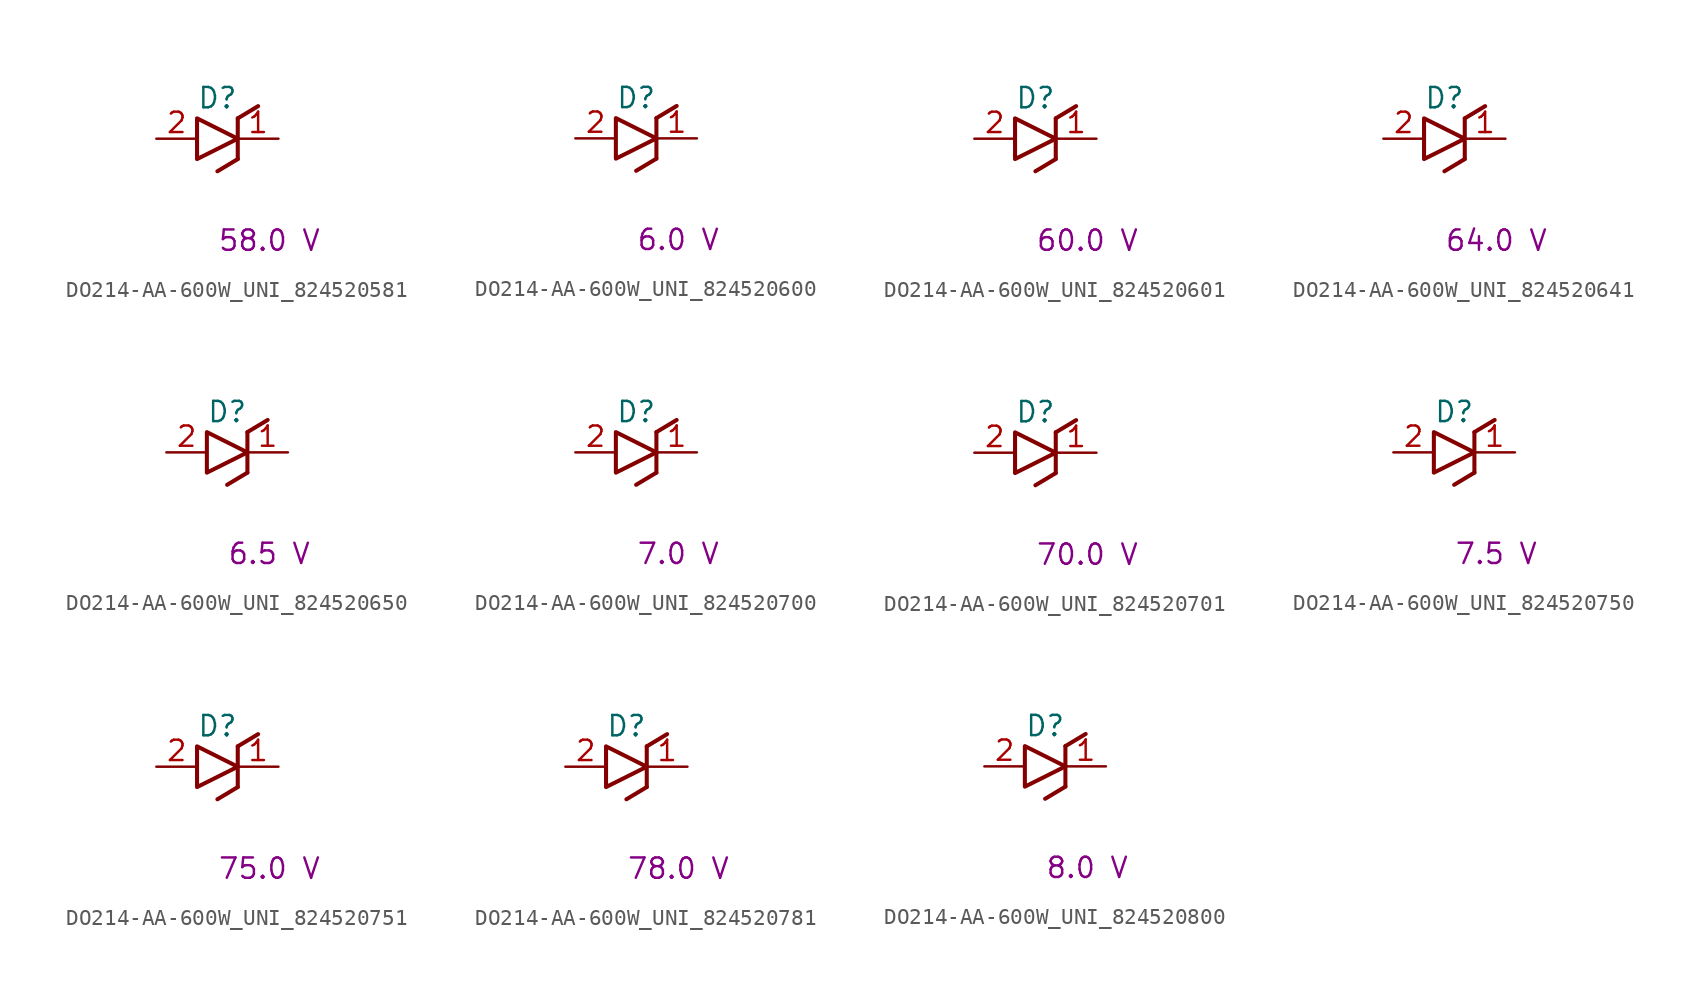
<source format=kicad_sym>
(kicad_symbol_lib
  (version 20220914)
  (generator kicad_symbol_editor)
  (symbol "DO214-AA-600W_UNI_824520581"
    (pin_names hide)
    (property "Reference" "D"
      (at 0 2.54 0)
      (effects (font (size 1.27 1.27))))
    (property "Critical Parameter" "58.0 V"
      (at 0 -6.35 0)
      (effects (font (size 1.27 1.27)) (justify left)))
    (symbol "DO214-AA-600W_UNI_824520581_1_1"
      (polyline (pts (xy 1.27 -1.27) (xy 0 -2.032)) (stroke (width 0.254) (type default)) (fill (type none)))
      (polyline (pts (xy 1.27 1.27) (xy 1.27 -1.27)) (stroke (width 0.254) (type default)) (fill (type none)))
      (polyline (pts (xy 1.27 1.27) (xy 2.54 2.032)) (stroke (width 0.254) (type default)) (fill (type none)))
      (polyline (pts (xy -1.27 1.27) (xy -1.27 -1.27) (xy 1.27 0) (xy -1.27 1.27)) (stroke (width 0.254) (type default)) (fill (type none)))
      (pin passive line (at -3.81 0 0) (length 2.54) (name "Anode" (effects (font (size 1.27 1.27)))) (number "2" (effects (font (size 1.27 1.27)))))
      (pin passive line (at 3.81 0 180) (length 2.54) (name "Cathode" (effects (font (size 1.27 1.27)))) (number "1" (effects (font (size 1.27 1.27)))))))
  (symbol "DO214-AA-600W_UNI_824520600"
    (pin_names hide)
    (property "Reference" "D"
      (at 0 2.54 0)
      (effects (font (size 1.27 1.27))))
    (property "Critical Parameter" "6.0 V"
      (at 0 -6.35 0)
      (effects (font (size 1.27 1.27)) (justify left)))
    (symbol "DO214-AA-600W_UNI_824520600_1_1"
      (polyline (pts (xy 1.27 -1.27) (xy 0 -2.032)) (stroke (width 0.254) (type default)) (fill (type none)))
      (polyline (pts (xy 1.27 1.27) (xy 1.27 -1.27)) (stroke (width 0.254) (type default)) (fill (type none)))
      (polyline (pts (xy 1.27 1.27) (xy 2.54 2.032)) (stroke (width 0.254) (type default)) (fill (type none)))
      (polyline (pts (xy -1.27 1.27) (xy -1.27 -1.27) (xy 1.27 0) (xy -1.27 1.27)) (stroke (width 0.254) (type default)) (fill (type none)))
      (pin passive line (at -3.81 0 0) (length 2.54) (name "Anode" (effects (font (size 1.27 1.27)))) (number "2" (effects (font (size 1.27 1.27)))))
      (pin passive line (at 3.81 0 180) (length 2.54) (name "Cathode" (effects (font (size 1.27 1.27)))) (number "1" (effects (font (size 1.27 1.27)))))))
  (symbol "DO214-AA-600W_UNI_824520601"
    (pin_names hide)
    (property "Reference" "D"
      (at 0 2.54 0)
      (effects (font (size 1.27 1.27))))
    (property "Critical Parameter" "60.0 V"
      (at 0 -6.35 0)
      (effects (font (size 1.27 1.27)) (justify left)))
    (symbol "DO214-AA-600W_UNI_824520601_1_1"
      (polyline (pts (xy 1.27 -1.27) (xy 0 -2.032)) (stroke (width 0.254) (type default)) (fill (type none)))
      (polyline (pts (xy 1.27 1.27) (xy 1.27 -1.27)) (stroke (width 0.254) (type default)) (fill (type none)))
      (polyline (pts (xy 1.27 1.27) (xy 2.54 2.032)) (stroke (width 0.254) (type default)) (fill (type none)))
      (polyline (pts (xy -1.27 1.27) (xy -1.27 -1.27) (xy 1.27 0) (xy -1.27 1.27)) (stroke (width 0.254) (type default)) (fill (type none)))
      (pin passive line (at -3.81 0 0) (length 2.54) (name "Anode" (effects (font (size 1.27 1.27)))) (number "2" (effects (font (size 1.27 1.27)))))
      (pin passive line (at 3.81 0 180) (length 2.54) (name "Cathode" (effects (font (size 1.27 1.27)))) (number "1" (effects (font (size 1.27 1.27)))))))
  (symbol "DO214-AA-600W_UNI_824520641"
    (pin_names hide)
    (property "Reference" "D"
      (at 0 2.54 0)
      (effects (font (size 1.27 1.27))))
    (property "Critical Parameter" "64.0 V"
      (at 0 -6.35 0)
      (effects (font (size 1.27 1.27)) (justify left)))
    (symbol "DO214-AA-600W_UNI_824520641_1_1"
      (polyline (pts (xy 1.27 -1.27) (xy 0 -2.032)) (stroke (width 0.254) (type default)) (fill (type none)))
      (polyline (pts (xy 1.27 1.27) (xy 1.27 -1.27)) (stroke (width 0.254) (type default)) (fill (type none)))
      (polyline (pts (xy 1.27 1.27) (xy 2.54 2.032)) (stroke (width 0.254) (type default)) (fill (type none)))
      (polyline (pts (xy -1.27 1.27) (xy -1.27 -1.27) (xy 1.27 0) (xy -1.27 1.27)) (stroke (width 0.254) (type default)) (fill (type none)))
      (pin passive line (at -3.81 0 0) (length 2.54) (name "Anode" (effects (font (size 1.27 1.27)))) (number "2" (effects (font (size 1.27 1.27)))))
      (pin passive line (at 3.81 0 180) (length 2.54) (name "Cathode" (effects (font (size 1.27 1.27)))) (number "1" (effects (font (size 1.27 1.27)))))))
  (symbol "DO214-AA-600W_UNI_824520650"
    (pin_names hide)
    (property "Reference" "D"
      (at 0 2.54 0)
      (effects (font (size 1.27 1.27))))
    (property "Critical Parameter" "6.5 V"
      (at 0 -6.35 0)
      (effects (font (size 1.27 1.27)) (justify left)))
    (symbol "DO214-AA-600W_UNI_824520650_1_1"
      (polyline (pts (xy 1.27 -1.27) (xy 0 -2.032)) (stroke (width 0.254) (type default)) (fill (type none)))
      (polyline (pts (xy 1.27 1.27) (xy 1.27 -1.27)) (stroke (width 0.254) (type default)) (fill (type none)))
      (polyline (pts (xy 1.27 1.27) (xy 2.54 2.032)) (stroke (width 0.254) (type default)) (fill (type none)))
      (polyline (pts (xy -1.27 1.27) (xy -1.27 -1.27) (xy 1.27 0) (xy -1.27 1.27)) (stroke (width 0.254) (type default)) (fill (type none)))
      (pin passive line (at -3.81 0 0) (length 2.54) (name "Anode" (effects (font (size 1.27 1.27)))) (number "2" (effects (font (size 1.27 1.27)))))
      (pin passive line (at 3.81 0 180) (length 2.54) (name "Cathode" (effects (font (size 1.27 1.27)))) (number "1" (effects (font (size 1.27 1.27)))))))
  (symbol "DO214-AA-600W_UNI_824520700"
    (pin_names hide)
    (property "Reference" "D"
      (at 0 2.54 0)
      (effects (font (size 1.27 1.27))))
    (property "Critical Parameter" "7.0 V"
      (at 0 -6.35 0)
      (effects (font (size 1.27 1.27)) (justify left)))
    (symbol "DO214-AA-600W_UNI_824520700_1_1"
      (polyline (pts (xy 1.27 -1.27) (xy 0 -2.032)) (stroke (width 0.254) (type default)) (fill (type none)))
      (polyline (pts (xy 1.27 1.27) (xy 1.27 -1.27)) (stroke (width 0.254) (type default)) (fill (type none)))
      (polyline (pts (xy 1.27 1.27) (xy 2.54 2.032)) (stroke (width 0.254) (type default)) (fill (type none)))
      (polyline (pts (xy -1.27 1.27) (xy -1.27 -1.27) (xy 1.27 0) (xy -1.27 1.27)) (stroke (width 0.254) (type default)) (fill (type none)))
      (pin passive line (at -3.81 0 0) (length 2.54) (name "Anode" (effects (font (size 1.27 1.27)))) (number "2" (effects (font (size 1.27 1.27)))))
      (pin passive line (at 3.81 0 180) (length 2.54) (name "Cathode" (effects (font (size 1.27 1.27)))) (number "1" (effects (font (size 1.27 1.27)))))))
  (symbol "DO214-AA-600W_UNI_824520701"
    (pin_names hide)
    (property "Reference" "D"
      (at 0 2.54 0)
      (effects (font (size 1.27 1.27))))
    (property "Critical Parameter" "70.0 V"
      (at 0 -6.35 0)
      (effects (font (size 1.27 1.27)) (justify left)))
    (symbol "DO214-AA-600W_UNI_824520701_1_1"
      (polyline (pts (xy 1.27 -1.27) (xy 0 -2.032)) (stroke (width 0.254) (type default)) (fill (type none)))
      (polyline (pts (xy 1.27 1.27) (xy 1.27 -1.27)) (stroke (width 0.254) (type default)) (fill (type none)))
      (polyline (pts (xy 1.27 1.27) (xy 2.54 2.032)) (stroke (width 0.254) (type default)) (fill (type none)))
      (polyline (pts (xy -1.27 1.27) (xy -1.27 -1.27) (xy 1.27 0) (xy -1.27 1.27)) (stroke (width 0.254) (type default)) (fill (type none)))
      (pin passive line (at -3.81 0 0) (length 2.54) (name "Anode" (effects (font (size 1.27 1.27)))) (number "2" (effects (font (size 1.27 1.27)))))
      (pin passive line (at 3.81 0 180) (length 2.54) (name "Cathode" (effects (font (size 1.27 1.27)))) (number "1" (effects (font (size 1.27 1.27)))))))
  (symbol "DO214-AA-600W_UNI_824520750"
    (pin_names hide)
    (property "Reference" "D"
      (at 0 2.54 0)
      (effects (font (size 1.27 1.27))))
    (property "Critical Parameter" "7.5 V"
      (at 0 -6.35 0)
      (effects (font (size 1.27 1.27)) (justify left)))
    (symbol "DO214-AA-600W_UNI_824520750_1_1"
      (polyline (pts (xy 1.27 -1.27) (xy 0 -2.032)) (stroke (width 0.254) (type default)) (fill (type none)))
      (polyline (pts (xy 1.27 1.27) (xy 1.27 -1.27)) (stroke (width 0.254) (type default)) (fill (type none)))
      (polyline (pts (xy 1.27 1.27) (xy 2.54 2.032)) (stroke (width 0.254) (type default)) (fill (type none)))
      (polyline (pts (xy -1.27 1.27) (xy -1.27 -1.27) (xy 1.27 0) (xy -1.27 1.27)) (stroke (width 0.254) (type default)) (fill (type none)))
      (pin passive line (at -3.81 0 0) (length 2.54) (name "Anode" (effects (font (size 1.27 1.27)))) (number "2" (effects (font (size 1.27 1.27)))))
      (pin passive line (at 3.81 0 180) (length 2.54) (name "Cathode" (effects (font (size 1.27 1.27)))) (number "1" (effects (font (size 1.27 1.27)))))))
  (symbol "DO214-AA-600W_UNI_824520751"
    (pin_names hide)
    (property "Reference" "D"
      (at 0 2.54 0)
      (effects (font (size 1.27 1.27))))
    (property "Critical Parameter" "75.0 V"
      (at 0 -6.35 0)
      (effects (font (size 1.27 1.27)) (justify left)))
    (symbol "DO214-AA-600W_UNI_824520751_1_1"
      (polyline (pts (xy 1.27 -1.27) (xy 0 -2.032)) (stroke (width 0.254) (type default)) (fill (type none)))
      (polyline (pts (xy 1.27 1.27) (xy 1.27 -1.27)) (stroke (width 0.254) (type default)) (fill (type none)))
      (polyline (pts (xy 1.27 1.27) (xy 2.54 2.032)) (stroke (width 0.254) (type default)) (fill (type none)))
      (polyline (pts (xy -1.27 1.27) (xy -1.27 -1.27) (xy 1.27 0) (xy -1.27 1.27)) (stroke (width 0.254) (type default)) (fill (type none)))
      (pin passive line (at -3.81 0 0) (length 2.54) (name "Anode" (effects (font (size 1.27 1.27)))) (number "2" (effects (font (size 1.27 1.27)))))
      (pin passive line (at 3.81 0 180) (length 2.54) (name "Cathode" (effects (font (size 1.27 1.27)))) (number "1" (effects (font (size 1.27 1.27)))))))
  (symbol "DO214-AA-600W_UNI_824520781"
    (pin_names hide)
    (property "Reference" "D"
      (at 0 2.54 0)
      (effects (font (size 1.27 1.27))))
    (property "Critical Parameter" "78.0 V"
      (at 0 -6.35 0)
      (effects (font (size 1.27 1.27)) (justify left)))
    (symbol "DO214-AA-600W_UNI_824520781_1_1"
      (polyline (pts (xy 1.27 -1.27) (xy 0 -2.032)) (stroke (width 0.254) (type default)) (fill (type none)))
      (polyline (pts (xy 1.27 1.27) (xy 1.27 -1.27)) (stroke (width 0.254) (type default)) (fill (type none)))
      (polyline (pts (xy 1.27 1.27) (xy 2.54 2.032)) (stroke (width 0.254) (type default)) (fill (type none)))
      (polyline (pts (xy -1.27 1.27) (xy -1.27 -1.27) (xy 1.27 0) (xy -1.27 1.27)) (stroke (width 0.254) (type default)) (fill (type none)))
      (pin passive line (at -3.81 0 0) (length 2.54) (name "Anode" (effects (font (size 1.27 1.27)))) (number "2" (effects (font (size 1.27 1.27)))))
      (pin passive line (at 3.81 0 180) (length 2.54) (name "Cathode" (effects (font (size 1.27 1.27)))) (number "1" (effects (font (size 1.27 1.27)))))))
  (symbol "DO214-AA-600W_UNI_824520800"
    (pin_names hide)
    (property "Reference" "D"
      (at 0 2.54 0)
      (effects (font (size 1.27 1.27))))
    (property "Critical Parameter" "8.0 V"
      (at 0 -6.35 0)
      (effects (font (size 1.27 1.27)) (justify left)))
    (symbol "DO214-AA-600W_UNI_824520800_1_1"
      (polyline (pts (xy 1.27 -1.27) (xy 0 -2.032)) (stroke (width 0.254) (type default)) (fill (type none)))
      (polyline (pts (xy 1.27 1.27) (xy 1.27 -1.27)) (stroke (width 0.254) (type default)) (fill (type none)))
      (polyline (pts (xy 1.27 1.27) (xy 2.54 2.032)) (stroke (width 0.254) (type default)) (fill (type none)))
      (polyline (pts (xy -1.27 1.27) (xy -1.27 -1.27) (xy 1.27 0) (xy -1.27 1.27)) (stroke (width 0.254) (type default)) (fill (type none)))
      (pin passive line (at -3.81 0 0) (length 2.54) (name "Anode" (effects (font (size 1.27 1.27)))) (number "2" (effects (font (size 1.27 1.27)))))
      (pin passive line (at 3.81 0 180) (length 2.54) (name "Cathode" (effects (font (size 1.27 1.27)))) (number "1" (effects (font (size 1.27 1.27))))))))
</source>
